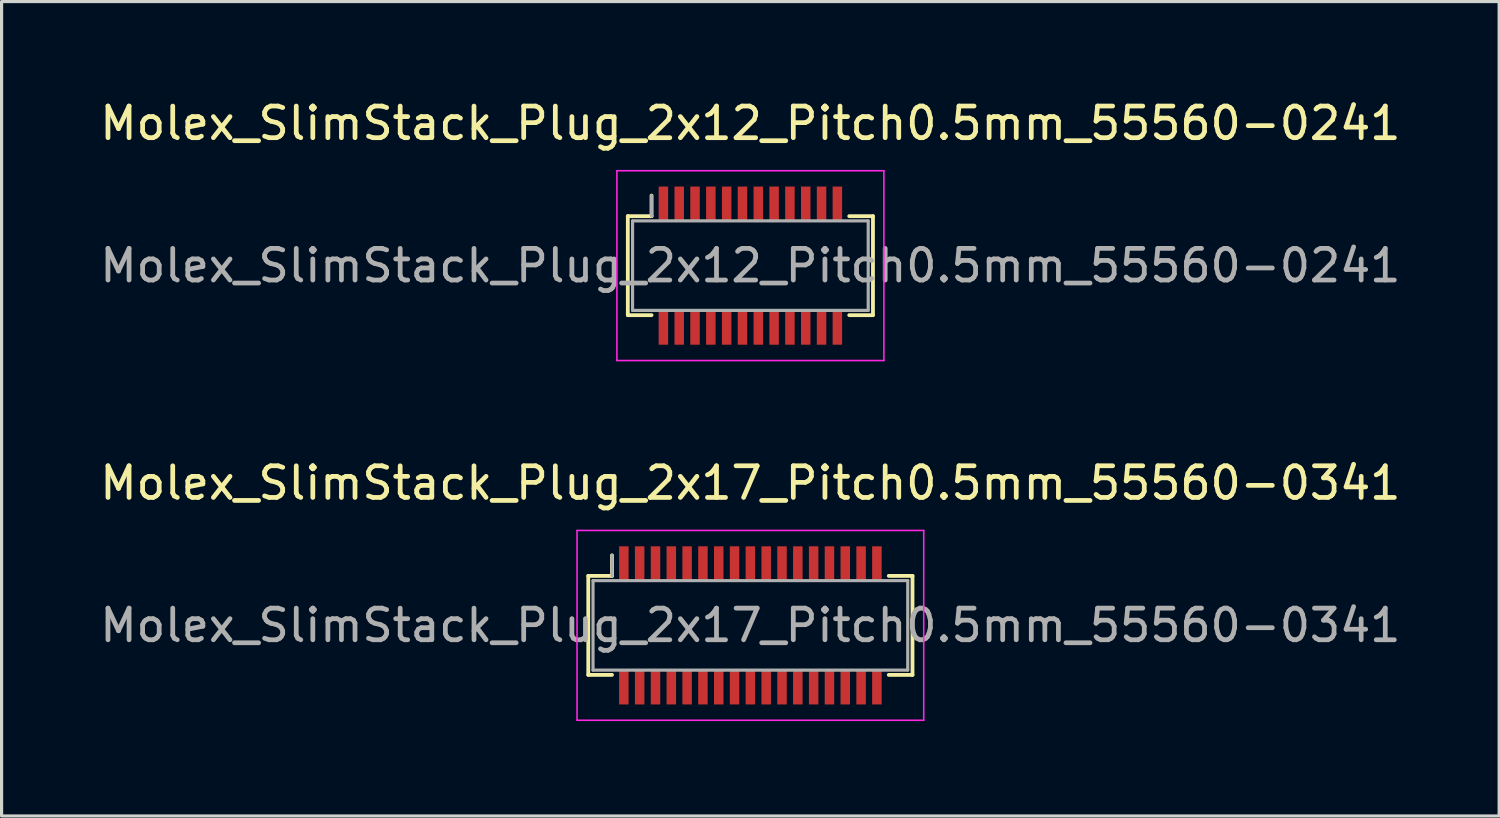
<source format=kicad_pcb>
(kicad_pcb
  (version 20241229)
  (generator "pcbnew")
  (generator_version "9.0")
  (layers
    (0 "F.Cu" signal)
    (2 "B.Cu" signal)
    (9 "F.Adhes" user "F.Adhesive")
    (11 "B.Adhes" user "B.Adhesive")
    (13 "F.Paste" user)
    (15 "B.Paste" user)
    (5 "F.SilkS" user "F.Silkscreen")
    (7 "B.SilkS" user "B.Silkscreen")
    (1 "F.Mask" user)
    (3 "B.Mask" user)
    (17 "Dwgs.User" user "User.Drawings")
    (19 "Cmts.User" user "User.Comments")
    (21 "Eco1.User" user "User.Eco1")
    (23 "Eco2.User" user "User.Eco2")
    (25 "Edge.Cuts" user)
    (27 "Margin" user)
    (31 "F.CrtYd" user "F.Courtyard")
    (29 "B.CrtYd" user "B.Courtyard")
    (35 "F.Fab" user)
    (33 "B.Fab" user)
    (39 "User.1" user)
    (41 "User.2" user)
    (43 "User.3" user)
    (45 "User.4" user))
  (footprint "Molex_SlimStack_Plug_2x12_Pitch0.5mm_55560-0241"
    (layer "F.Cu")
    (at 20.673 5.348)
    (property "Reference" "Molex_SlimStack_Plug_2x12_Pitch0.5mm_55560-0241" (at 0 -4.5 0) (layer "F.SilkS") (effects (font (size 1 1) (thickness 0.15))))
    (attr smd)
    (fp_line (start -3.875 -1.565) (end -3.125 -1.565) (stroke (width 0.12) (type solid)) (layer "F.SilkS"))
    (fp_line (start -3.875 1.565) (end -3.875 -1.565) (stroke (width 0.12) (type solid)) (layer "F.SilkS"))
    (fp_line (start -3.125 -1.565) (end -3.125 -2.215) (stroke (width 0.12) (type solid)) (layer "F.SilkS"))
    (fp_line (start -3.125 1.565) (end -3.875 1.565) (stroke (width 0.12) (type solid)) (layer "F.SilkS"))
    (fp_line (start 3.125 1.565) (end 3.875 1.565) (stroke (width 0.12) (type solid)) (layer "F.SilkS"))
    (fp_line (start 3.875 -1.565) (end 3.125 -1.565) (stroke (width 0.12) (type solid)) (layer "F.SilkS"))
    (fp_line (start 3.875 1.565) (end 3.875 -1.565) (stroke (width 0.12) (type solid)) (layer "F.SilkS"))
    (fp_line (start -4.22 -3) (end -4.22 3) (stroke (width 0.05) (type solid)) (layer "F.CrtYd"))
    (fp_line (start -4.22 3) (end 4.22 3) (stroke (width 0.05) (type solid)) (layer "F.CrtYd"))
    (fp_line (start 4.22 -3) (end -4.22 -3) (stroke (width 0.05) (type solid)) (layer "F.CrtYd"))
    (fp_line (start 4.22 3) (end 4.22 -3) (stroke (width 0.05) (type solid)) (layer "F.CrtYd"))
    (fp_line (start -3.725 -1.415) (end -3.725 1.415) (stroke (width 0.1) (type solid)) (layer "F.Fab"))
    (fp_line (start -3.725 1.415) (end 3.725 1.415) (stroke (width 0.1) (type solid)) (layer "F.Fab"))
    (fp_line (start -3.125 -1.565) (end -3.125 -2.215) (stroke (width 0.1) (type solid)) (layer "F.Fab"))
    (fp_line (start 3.725 -1.415) (end -3.725 -1.415) (stroke (width 0.1) (type solid)) (layer "F.Fab"))
    (fp_line (start 3.725 1.415) (end 3.725 -1.415) (stroke (width 0.1) (type solid)) (layer "F.Fab"))
    (fp_text user "${REFERENCE}" (at 0 0 0) (layer "F.Fab") (effects (font (size 1 1) (thickness 0.15))))
    (pad "1" smd rect (at -2.75 -1.95) (size 0.3 1.1) (layers "F.Cu" "F.Mask" "F.Paste"))
    (pad "2" smd rect (at -2.75 1.95) (size 0.3 1.1) (layers "F.Cu" "F.Mask" "F.Paste"))
    (pad "3" smd rect (at -2.25 -1.95) (size 0.3 1.1) (layers "F.Cu" "F.Mask" "F.Paste"))
    (pad "4" smd rect (at -2.25 1.95) (size 0.3 1.1) (layers "F.Cu" "F.Mask" "F.Paste"))
    (pad "5" smd rect (at -1.75 -1.95) (size 0.3 1.1) (layers "F.Cu" "F.Mask" "F.Paste"))
    (pad "6" smd rect (at -1.75 1.95) (size 0.3 1.1) (layers "F.Cu" "F.Mask" "F.Paste"))
    (pad "7" smd rect (at -1.25 -1.95) (size 0.3 1.1) (layers "F.Cu" "F.Mask" "F.Paste"))
    (pad "8" smd rect (at -1.25 1.95) (size 0.3 1.1) (layers "F.Cu" "F.Mask" "F.Paste"))
    (pad "9" smd rect (at -0.75 -1.95) (size 0.3 1.1) (layers "F.Cu" "F.Mask" "F.Paste"))
    (pad "10" smd rect (at -0.75 1.95) (size 0.3 1.1) (layers "F.Cu" "F.Mask" "F.Paste"))
    (pad "11" smd rect (at -0.25 -1.95) (size 0.3 1.1) (layers "F.Cu" "F.Mask" "F.Paste"))
    (pad "12" smd rect (at -0.25 1.95) (size 0.3 1.1) (layers "F.Cu" "F.Mask" "F.Paste"))
    (pad "13" smd rect (at 0.25 -1.95) (size 0.3 1.1) (layers "F.Cu" "F.Mask" "F.Paste"))
    (pad "14" smd rect (at 0.25 1.95) (size 0.3 1.1) (layers "F.Cu" "F.Mask" "F.Paste"))
    (pad "15" smd rect (at 0.75 -1.95) (size 0.3 1.1) (layers "F.Cu" "F.Mask" "F.Paste"))
    (pad "16" smd rect (at 0.75 1.95) (size 0.3 1.1) (layers "F.Cu" "F.Mask" "F.Paste"))
    (pad "17" smd rect (at 1.25 -1.95) (size 0.3 1.1) (layers "F.Cu" "F.Mask" "F.Paste"))
    (pad "18" smd rect (at 1.25 1.95) (size 0.3 1.1) (layers "F.Cu" "F.Mask" "F.Paste"))
    (pad "19" smd rect (at 1.75 -1.95) (size 0.3 1.1) (layers "F.Cu" "F.Mask" "F.Paste"))
    (pad "20" smd rect (at 1.75 1.95) (size 0.3 1.1) (layers "F.Cu" "F.Mask" "F.Paste"))
    (pad "21" smd rect (at 2.25 -1.95) (size 0.3 1.1) (layers "F.Cu" "F.Mask" "F.Paste"))
    (pad "22" smd rect (at 2.25 1.95) (size 0.3 1.1) (layers "F.Cu" "F.Mask" "F.Paste"))
    (pad "23" smd rect (at 2.75 -1.95) (size 0.3 1.1) (layers "F.Cu" "F.Mask" "F.Paste"))
    (pad "24" smd rect (at 2.75 1.95) (size 0.3 1.1) (layers "F.Cu" "F.Mask" "F.Paste")))
  (footprint "Molex_SlimStack_Plug_2x17_Pitch0.5mm_55560-0341"
    (layer "F.Cu")
    (at 20.673 16.721)
    (property "Reference" "Molex_SlimStack_Plug_2x17_Pitch0.5mm_55560-0341" (at 0 -4.5 0) (layer "F.SilkS") (effects (font (size 1 1) (thickness 0.15))))
    (attr smd)
    (fp_line (start -5.125 -1.565) (end -4.375 -1.565) (stroke (width 0.12) (type solid)) (layer "F.SilkS"))
    (fp_line (start -5.125 1.565) (end -5.125 -1.565) (stroke (width 0.12) (type solid)) (layer "F.SilkS"))
    (fp_line (start -4.375 -1.565) (end -4.375 -2.215) (stroke (width 0.12) (type solid)) (layer "F.SilkS"))
    (fp_line (start -4.375 1.565) (end -5.125 1.565) (stroke (width 0.12) (type solid)) (layer "F.SilkS"))
    (fp_line (start 4.375 1.565) (end 5.125 1.565) (stroke (width 0.12) (type solid)) (layer "F.SilkS"))
    (fp_line (start 5.125 -1.565) (end 4.375 -1.565) (stroke (width 0.12) (type solid)) (layer "F.SilkS"))
    (fp_line (start 5.125 1.565) (end 5.125 -1.565) (stroke (width 0.12) (type solid)) (layer "F.SilkS"))
    (fp_line (start -5.48 -3) (end -5.48 3) (stroke (width 0.05) (type solid)) (layer "F.CrtYd"))
    (fp_line (start -5.48 3) (end 5.48 3) (stroke (width 0.05) (type solid)) (layer "F.CrtYd"))
    (fp_line (start 5.48 -3) (end -5.48 -3) (stroke (width 0.05) (type solid)) (layer "F.CrtYd"))
    (fp_line (start 5.48 3) (end 5.48 -3) (stroke (width 0.05) (type solid)) (layer "F.CrtYd"))
    (fp_line (start -4.975 -1.415) (end -4.975 1.415) (stroke (width 0.1) (type solid)) (layer "F.Fab"))
    (fp_line (start -4.975 1.415) (end 4.975 1.415) (stroke (width 0.1) (type solid)) (layer "F.Fab"))
    (fp_line (start -4.375 -1.565) (end -4.375 -2.215) (stroke (width 0.1) (type solid)) (layer "F.Fab"))
    (fp_line (start 4.975 -1.415) (end -4.975 -1.415) (stroke (width 0.1) (type solid)) (layer "F.Fab"))
    (fp_line (start 4.975 1.415) (end 4.975 -1.415) (stroke (width 0.1) (type solid)) (layer "F.Fab"))
    (fp_text user "${REFERENCE}" (at 0 0 0) (layer "F.Fab") (effects (font (size 1 1) (thickness 0.15))))
    (pad "1" smd rect (at -4 -1.95) (size 0.3 1.1) (layers "F.Cu" "F.Mask" "F.Paste"))
    (pad "2" smd rect (at -4 1.95) (size 0.3 1.1) (layers "F.Cu" "F.Mask" "F.Paste"))
    (pad "3" smd rect (at -3.5 -1.95) (size 0.3 1.1) (layers "F.Cu" "F.Mask" "F.Paste"))
    (pad "4" smd rect (at -3.5 1.95) (size 0.3 1.1) (layers "F.Cu" "F.Mask" "F.Paste"))
    (pad "5" smd rect (at -3 -1.95) (size 0.3 1.1) (layers "F.Cu" "F.Mask" "F.Paste"))
    (pad "6" smd rect (at -3 1.95) (size 0.3 1.1) (layers "F.Cu" "F.Mask" "F.Paste"))
    (pad "7" smd rect (at -2.5 -1.95) (size 0.3 1.1) (layers "F.Cu" "F.Mask" "F.Paste"))
    (pad "8" smd rect (at -2.5 1.95) (size 0.3 1.1) (layers "F.Cu" "F.Mask" "F.Paste"))
    (pad "9" smd rect (at -2 -1.95) (size 0.3 1.1) (layers "F.Cu" "F.Mask" "F.Paste"))
    (pad "10" smd rect (at -2 1.95) (size 0.3 1.1) (layers "F.Cu" "F.Mask" "F.Paste"))
    (pad "11" smd rect (at -1.5 -1.95) (size 0.3 1.1) (layers "F.Cu" "F.Mask" "F.Paste"))
    (pad "12" smd rect (at -1.5 1.95) (size 0.3 1.1) (layers "F.Cu" "F.Mask" "F.Paste"))
    (pad "13" smd rect (at -1 -1.95) (size 0.3 1.1) (layers "F.Cu" "F.Mask" "F.Paste"))
    (pad "14" smd rect (at -1 1.95) (size 0.3 1.1) (layers "F.Cu" "F.Mask" "F.Paste"))
    (pad "15" smd rect (at -0.5 -1.95) (size 0.3 1.1) (layers "F.Cu" "F.Mask" "F.Paste"))
    (pad "16" smd rect (at -0.5 1.95) (size 0.3 1.1) (layers "F.Cu" "F.Mask" "F.Paste"))
    (pad "17" smd rect (at 0 -1.95) (size 0.3 1.1) (layers "F.Cu" "F.Mask" "F.Paste"))
    (pad "18" smd rect (at 0 1.95) (size 0.3 1.1) (layers "F.Cu" "F.Mask" "F.Paste"))
    (pad "19" smd rect (at 0.5 -1.95) (size 0.3 1.1) (layers "F.Cu" "F.Mask" "F.Paste"))
    (pad "20" smd rect (at 0.5 1.95) (size 0.3 1.1) (layers "F.Cu" "F.Mask" "F.Paste"))
    (pad "21" smd rect (at 1 -1.95) (size 0.3 1.1) (layers "F.Cu" "F.Mask" "F.Paste"))
    (pad "22" smd rect (at 1 1.95) (size 0.3 1.1) (layers "F.Cu" "F.Mask" "F.Paste"))
    (pad "23" smd rect (at 1.5 -1.95) (size 0.3 1.1) (layers "F.Cu" "F.Mask" "F.Paste"))
    (pad "24" smd rect (at 1.5 1.95) (size 0.3 1.1) (layers "F.Cu" "F.Mask" "F.Paste"))
    (pad "25" smd rect (at 2 -1.95) (size 0.3 1.1) (layers "F.Cu" "F.Mask" "F.Paste"))
    (pad "26" smd rect (at 2 1.95) (size 0.3 1.1) (layers "F.Cu" "F.Mask" "F.Paste"))
    (pad "27" smd rect (at 2.5 -1.95) (size 0.3 1.1) (layers "F.Cu" "F.Mask" "F.Paste"))
    (pad "28" smd rect (at 2.5 1.95) (size 0.3 1.1) (layers "F.Cu" "F.Mask" "F.Paste"))
    (pad "29" smd rect (at 3 -1.95) (size 0.3 1.1) (layers "F.Cu" "F.Mask" "F.Paste"))
    (pad "30" smd rect (at 3 1.95) (size 0.3 1.1) (layers "F.Cu" "F.Mask" "F.Paste"))
    (pad "31" smd rect (at 3.5 -1.95) (size 0.3 1.1) (layers "F.Cu" "F.Mask" "F.Paste"))
    (pad "32" smd rect (at 3.5 1.95) (size 0.3 1.1) (layers "F.Cu" "F.Mask" "F.Paste"))
    (pad "33" smd rect (at 4 -1.95) (size 0.3 1.1) (layers "F.Cu" "F.Mask" "F.Paste"))
    (pad "34" smd rect (at 4 1.95) (size 0.3 1.1) (layers "F.Cu" "F.Mask" "F.Paste")))
  (gr_rect
    (start -3 -3)
    (end 44.345 22.747)
    (stroke (width 0.1) (type default))
    (fill no)
    (layer "Edge.Cuts")))
</source>
